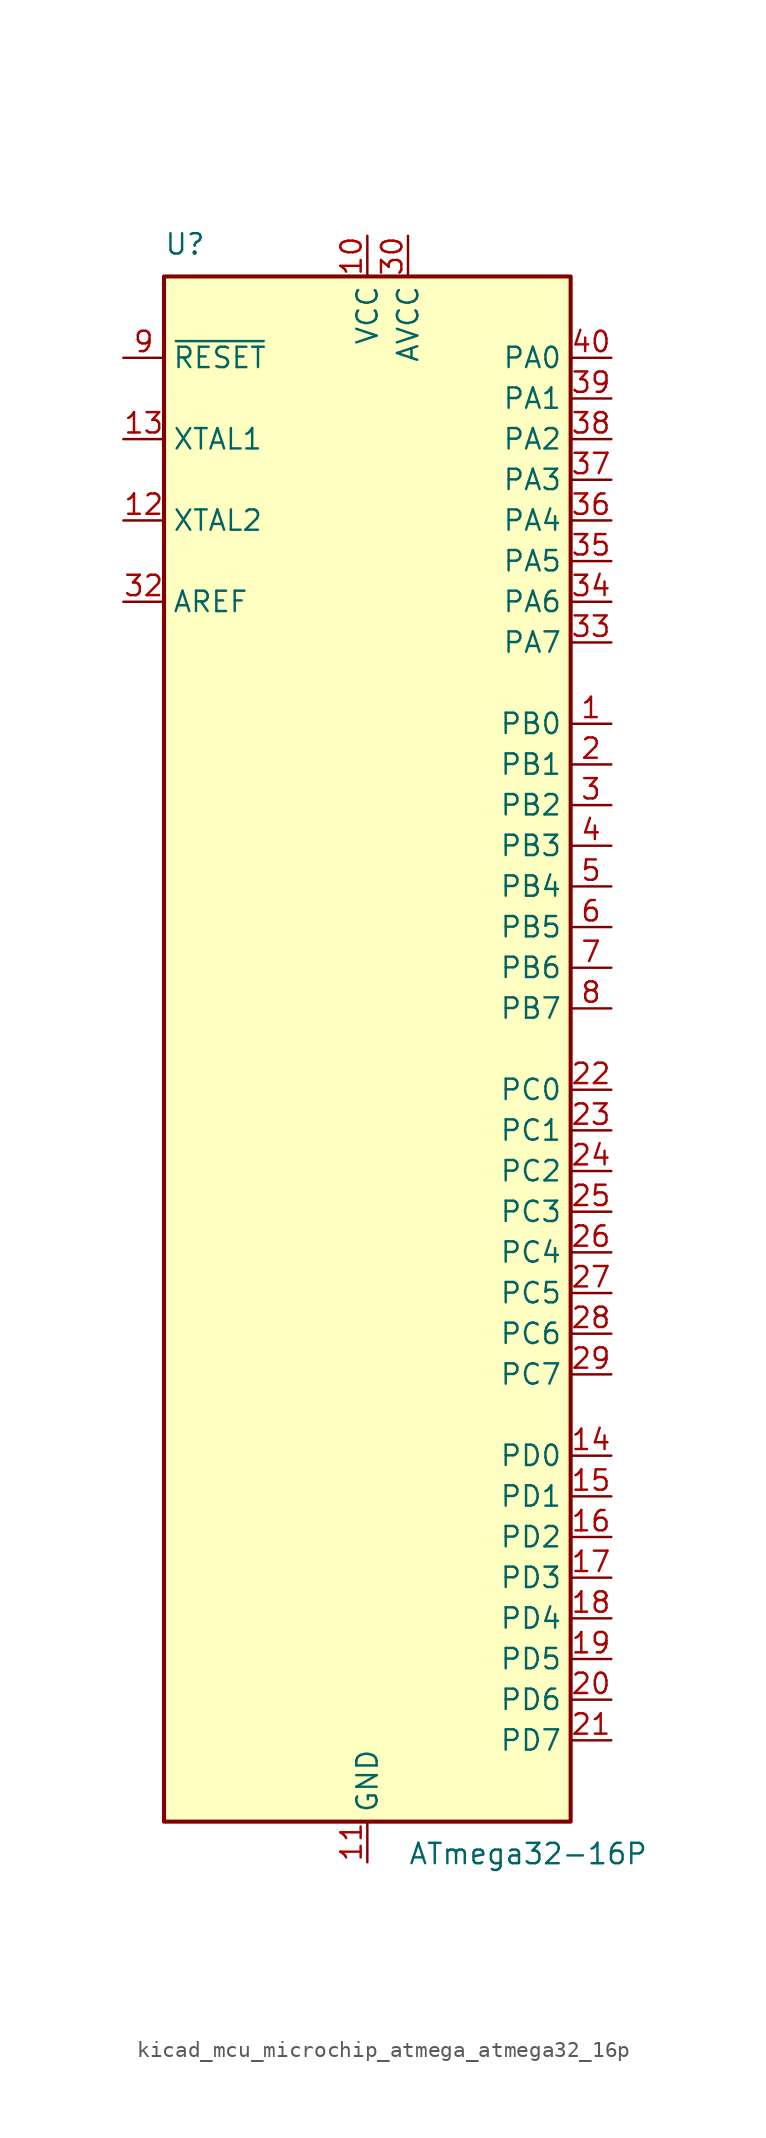
<source format=kicad_sym>
(kicad_symbol_lib
  (version 20220914)
  (generator kicad_symbol_editor)
  (symbol "kicad_mcu_microchip_atmega_atmega32_16p"
    (property "Reference" "U"
      (at -12.7 49.53 0)
      (effects (font (size 1.27 1.27)) (justify left bottom)))
    (property "Value" "ATmega32-16P"
      (at 2.54 -49.53 0)
      (effects (font (size 1.27 1.27)) (justify left top)))
    (symbol "kicad_mcu_microchip_atmega_atmega32_16p_0_1"
      (rectangle (start -12.7 -48.26) (end 12.7 48.26) (stroke (width 0.254) (type default)) (fill (type background))))
    (symbol "kicad_mcu_microchip_atmega_atmega32_16p_1_1"
      (pin bidirectional line (at 15.24 20.32 180) (length 2.54) (name "PB0" (effects (font (size 1.27 1.27)))) (number "1" (effects (font (size 1.27 1.27)))))
      (pin power_in line (at 0 50.8 270) (length 2.54) (name "VCC" (effects (font (size 1.27 1.27)))) (number "10" (effects (font (size 1.27 1.27)))))
      (pin power_in line (at 0 -50.8 90) (length 2.54) (name "GND" (effects (font (size 1.27 1.27)))) (number "11" (effects (font (size 1.27 1.27)))))
      (pin output line (at -15.24 33.02 0) (length 2.54) (name "XTAL2" (effects (font (size 1.27 1.27)))) (number "12" (effects (font (size 1.27 1.27)))))
      (pin input line (at -15.24 38.1 0) (length 2.54) (name "XTAL1" (effects (font (size 1.27 1.27)))) (number "13" (effects (font (size 1.27 1.27)))))
      (pin bidirectional line (at 15.24 -25.4 180) (length 2.54) (name "PD0" (effects (font (size 1.27 1.27)))) (number "14" (effects (font (size 1.27 1.27)))))
      (pin bidirectional line (at 15.24 -27.94 180) (length 2.54) (name "PD1" (effects (font (size 1.27 1.27)))) (number "15" (effects (font (size 1.27 1.27)))))
      (pin bidirectional line (at 15.24 -30.48 180) (length 2.54) (name "PD2" (effects (font (size 1.27 1.27)))) (number "16" (effects (font (size 1.27 1.27)))))
      (pin bidirectional line (at 15.24 -33.02 180) (length 2.54) (name "PD3" (effects (font (size 1.27 1.27)))) (number "17" (effects (font (size 1.27 1.27)))))
      (pin bidirectional line (at 15.24 -35.56 180) (length 2.54) (name "PD4" (effects (font (size 1.27 1.27)))) (number "18" (effects (font (size 1.27 1.27)))))
      (pin bidirectional line (at 15.24 -38.1 180) (length 2.54) (name "PD5" (effects (font (size 1.27 1.27)))) (number "19" (effects (font (size 1.27 1.27)))))
      (pin bidirectional line (at 15.24 17.78 180) (length 2.54) (name "PB1" (effects (font (size 1.27 1.27)))) (number "2" (effects (font (size 1.27 1.27)))))
      (pin bidirectional line (at 15.24 -40.64 180) (length 2.54) (name "PD6" (effects (font (size 1.27 1.27)))) (number "20" (effects (font (size 1.27 1.27)))))
      (pin bidirectional line (at 15.24 -43.18 180) (length 2.54) (name "PD7" (effects (font (size 1.27 1.27)))) (number "21" (effects (font (size 1.27 1.27)))))
      (pin bidirectional line (at 15.24 -2.54 180) (length 2.54) (name "PC0" (effects (font (size 1.27 1.27)))) (number "22" (effects (font (size 1.27 1.27)))))
      (pin bidirectional line (at 15.24 -5.08 180) (length 2.54) (name "PC1" (effects (font (size 1.27 1.27)))) (number "23" (effects (font (size 1.27 1.27)))))
      (pin bidirectional line (at 15.24 -7.62 180) (length 2.54) (name "PC2" (effects (font (size 1.27 1.27)))) (number "24" (effects (font (size 1.27 1.27)))))
      (pin bidirectional line (at 15.24 -10.16 180) (length 2.54) (name "PC3" (effects (font (size 1.27 1.27)))) (number "25" (effects (font (size 1.27 1.27)))))
      (pin bidirectional line (at 15.24 -12.7 180) (length 2.54) (name "PC4" (effects (font (size 1.27 1.27)))) (number "26" (effects (font (size 1.27 1.27)))))
      (pin bidirectional line (at 15.24 -15.24 180) (length 2.54) (name "PC5" (effects (font (size 1.27 1.27)))) (number "27" (effects (font (size 1.27 1.27)))))
      (pin bidirectional line (at 15.24 -17.78 180) (length 2.54) (name "PC6" (effects (font (size 1.27 1.27)))) (number "28" (effects (font (size 1.27 1.27)))))
      (pin bidirectional line (at 15.24 -20.32 180) (length 2.54) (name "PC7" (effects (font (size 1.27 1.27)))) (number "29" (effects (font (size 1.27 1.27)))))
      (pin bidirectional line (at 15.24 15.24 180) (length 2.54) (name "PB2" (effects (font (size 1.27 1.27)))) (number "3" (effects (font (size 1.27 1.27)))))
      (pin power_in line (at 2.54 50.8 270) (length 2.54) (name "AVCC" (effects (font (size 1.27 1.27)))) (number "30" (effects (font (size 1.27 1.27)))))
      (pin passive line (at 0 -50.8 90) (length 2.54) hide (name "GND" (effects (font (size 1.27 1.27)))) (number "31" (effects (font (size 1.27 1.27)))))
      (pin passive line (at -15.24 27.94 0) (length 2.54) (name "AREF" (effects (font (size 1.27 1.27)))) (number "32" (effects (font (size 1.27 1.27)))))
      (pin bidirectional line (at 15.24 25.4 180) (length 2.54) (name "PA7" (effects (font (size 1.27 1.27)))) (number "33" (effects (font (size 1.27 1.27)))))
      (pin bidirectional line (at 15.24 27.94 180) (length 2.54) (name "PA6" (effects (font (size 1.27 1.27)))) (number "34" (effects (font (size 1.27 1.27)))))
      (pin bidirectional line (at 15.24 30.48 180) (length 2.54) (name "PA5" (effects (font (size 1.27 1.27)))) (number "35" (effects (font (size 1.27 1.27)))))
      (pin bidirectional line (at 15.24 33.02 180) (length 2.54) (name "PA4" (effects (font (size 1.27 1.27)))) (number "36" (effects (font (size 1.27 1.27)))))
      (pin bidirectional line (at 15.24 35.56 180) (length 2.54) (name "PA3" (effects (font (size 1.27 1.27)))) (number "37" (effects (font (size 1.27 1.27)))))
      (pin bidirectional line (at 15.24 38.1 180) (length 2.54) (name "PA2" (effects (font (size 1.27 1.27)))) (number "38" (effects (font (size 1.27 1.27)))))
      (pin bidirectional line (at 15.24 40.64 180) (length 2.54) (name "PA1" (effects (font (size 1.27 1.27)))) (number "39" (effects (font (size 1.27 1.27)))))
      (pin bidirectional line (at 15.24 12.7 180) (length 2.54) (name "PB3" (effects (font (size 1.27 1.27)))) (number "4" (effects (font (size 1.27 1.27)))))
      (pin bidirectional line (at 15.24 43.18 180) (length 2.54) (name "PA0" (effects (font (size 1.27 1.27)))) (number "40" (effects (font (size 1.27 1.27)))))
      (pin bidirectional line (at 15.24 10.16 180) (length 2.54) (name "PB4" (effects (font (size 1.27 1.27)))) (number "5" (effects (font (size 1.27 1.27)))))
      (pin bidirectional line (at 15.24 7.62 180) (length 2.54) (name "PB5" (effects (font (size 1.27 1.27)))) (number "6" (effects (font (size 1.27 1.27)))))
      (pin bidirectional line (at 15.24 5.08 180) (length 2.54) (name "PB6" (effects (font (size 1.27 1.27)))) (number "7" (effects (font (size 1.27 1.27)))))
      (pin bidirectional line (at 15.24 2.54 180) (length 2.54) (name "PB7" (effects (font (size 1.27 1.27)))) (number "8" (effects (font (size 1.27 1.27)))))
      (pin input line (at -15.24 43.18 0) (length 2.54) (name "~{RESET}" (effects (font (size 1.27 1.27)))) (number "9" (effects (font (size 1.27 1.27))))))))
</source>
